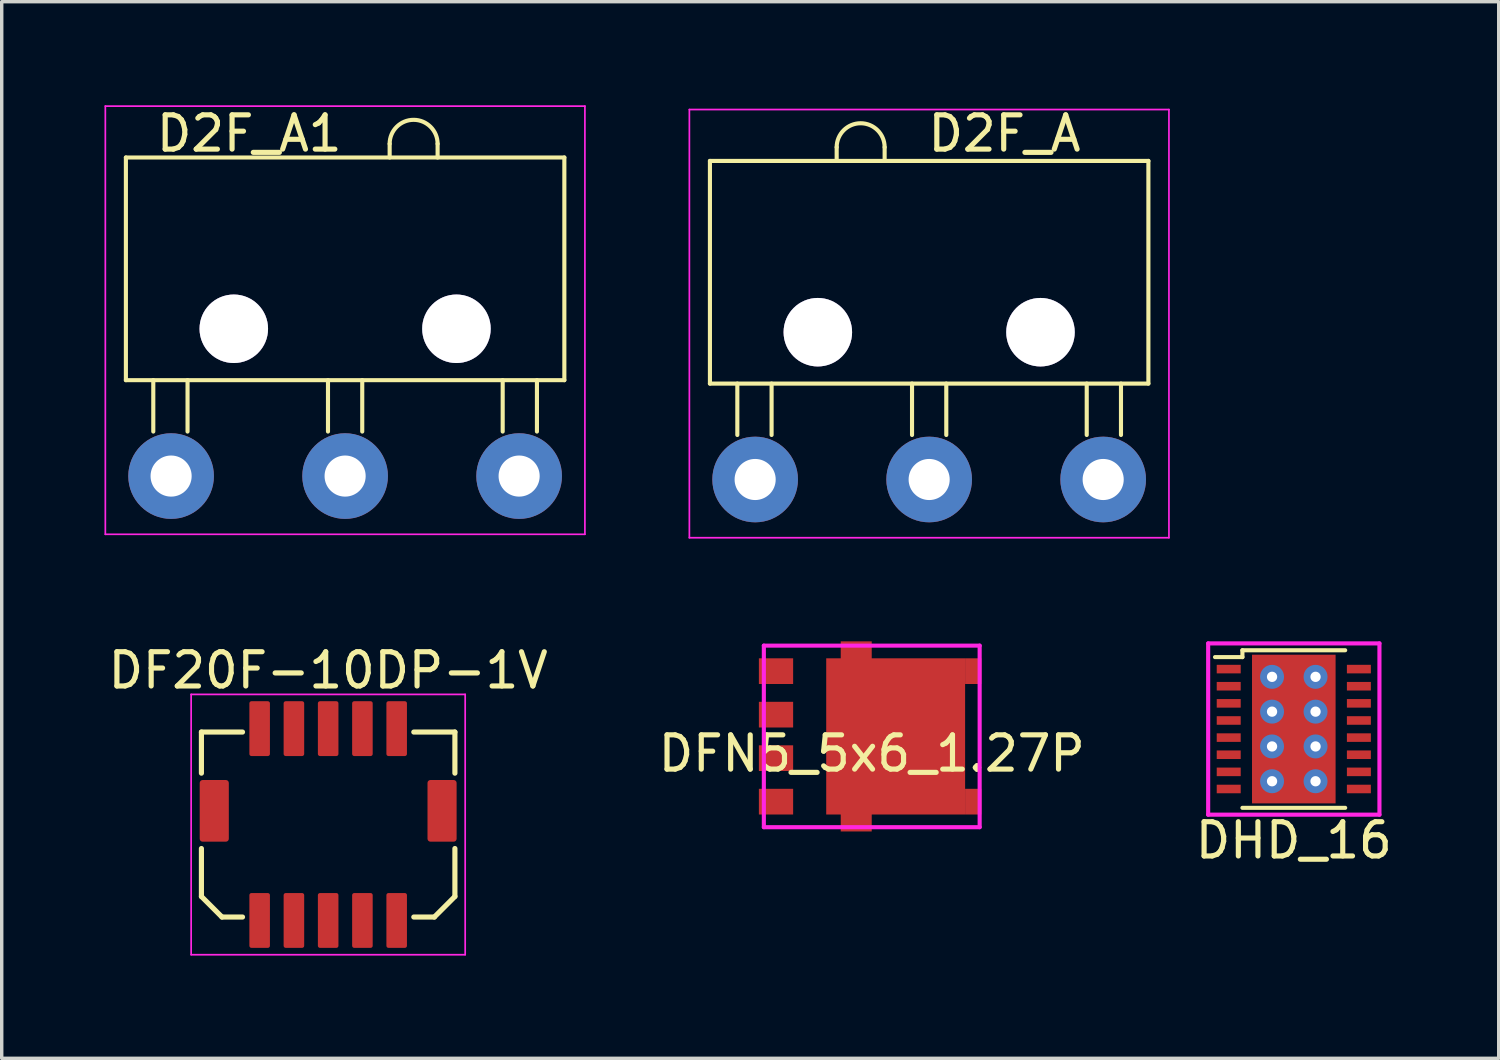
<source format=kicad_pcb>
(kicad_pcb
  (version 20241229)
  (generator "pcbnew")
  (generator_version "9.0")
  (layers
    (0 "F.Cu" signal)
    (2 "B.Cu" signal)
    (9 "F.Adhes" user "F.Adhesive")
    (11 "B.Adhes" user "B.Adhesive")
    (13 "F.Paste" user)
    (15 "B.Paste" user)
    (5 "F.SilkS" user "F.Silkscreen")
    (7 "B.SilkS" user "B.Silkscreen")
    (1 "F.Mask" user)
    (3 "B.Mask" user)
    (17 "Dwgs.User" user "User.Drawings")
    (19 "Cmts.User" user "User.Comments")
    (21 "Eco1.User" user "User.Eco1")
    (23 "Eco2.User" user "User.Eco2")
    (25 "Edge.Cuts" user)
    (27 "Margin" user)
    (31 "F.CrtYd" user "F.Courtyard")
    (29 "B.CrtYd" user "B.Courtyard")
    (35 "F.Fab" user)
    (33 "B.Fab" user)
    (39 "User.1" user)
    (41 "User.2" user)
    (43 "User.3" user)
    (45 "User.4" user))
  (footprint "DHD_16"
    (layer "F.Cu")
    (at 34.72 18.233)
    (property "Reference" "DHD_16" (at 0 3.25 180) (layer "F.SilkS") (effects (font (size 1 1) (thickness 0.15))))
    (attr through_hole)
    (fp_line (start -1.5 -2.3) (end -1.5 -2.1) (stroke (width 0.12) (type solid)) (layer "F.SilkS"))
    (fp_line (start -1.5 -2.3) (end 1.5 -2.3) (stroke (width 0.12) (type solid)) (layer "F.SilkS"))
    (fp_line (start -1.5 -2.1) (end -2.3 -2.1) (stroke (width 0.12) (type solid)) (layer "F.SilkS"))
    (fp_line (start 1.5 2.3) (end -1.5 2.3) (stroke (width 0.12) (type solid)) (layer "F.SilkS"))
    (fp_line (start -2.5 -2.5) (end -2.5 2.5) (stroke (width 0.12) (type solid)) (layer "F.CrtYd"))
    (fp_line (start -2.5 2.5) (end 2.5 2.5) (stroke (width 0.12) (type solid)) (layer "F.CrtYd"))
    (fp_line (start 2.5 -2.5) (end -2.5 -2.5) (stroke (width 0.12) (type solid)) (layer "F.CrtYd"))
    (fp_line (start 2.5 2.5) (end 2.5 -2.5) (stroke (width 0.12) (type solid)) (layer "F.CrtYd"))
    (pad "1" smd rect (at -1.9 -1.75) (size 0.7 0.25) (layers "F.Cu" "F.Mask" "F.Paste"))
    (pad "2" smd rect (at -1.9 -1.25) (size 0.7 0.25) (layers "F.Cu" "F.Mask" "F.Paste"))
    (pad "3" smd rect (at -1.9 -0.75) (size 0.7 0.25) (layers "F.Cu" "F.Mask" "F.Paste"))
    (pad "4" smd rect (at -1.9 -0.25) (size 0.7 0.25) (layers "F.Cu" "F.Mask" "F.Paste"))
    (pad "5" smd rect (at -1.9 0.25) (size 0.7 0.25) (layers "F.Cu" "F.Mask" "F.Paste"))
    (pad "6" smd rect (at -1.9 0.75) (size 0.7 0.25) (layers "F.Cu" "F.Mask" "F.Paste"))
    (pad "7" smd rect (at -1.9 1.25) (size 0.7 0.25) (layers "F.Cu" "F.Mask" "F.Paste"))
    (pad "8" smd rect (at -1.9 1.75) (size 0.7 0.25) (layers "F.Cu" "F.Mask" "F.Paste"))
    (pad "9" smd rect (at 1.9 1.75) (size 0.7 0.25) (layers "F.Cu" "F.Mask" "F.Paste"))
    (pad "10" smd rect (at 1.9 1.25) (size 0.7 0.25) (layers "F.Cu" "F.Mask" "F.Paste"))
    (pad "11" smd rect (at 1.9 0.75) (size 0.7 0.25) (layers "F.Cu" "F.Mask" "F.Paste"))
    (pad "12" smd rect (at 1.9 0.25) (size 0.7 0.25) (layers "F.Cu" "F.Mask" "F.Paste"))
    (pad "13" smd rect (at 1.9 -0.25) (size 0.7 0.25) (layers "F.Cu" "F.Mask" "F.Paste"))
    (pad "14" smd rect (at 1.9 -0.75) (size 0.7 0.25) (layers "F.Cu" "F.Mask" "F.Paste"))
    (pad "15" smd rect (at 1.9 -1.25) (size 0.7 0.25) (layers "F.Cu" "F.Mask" "F.Paste"))
    (pad "16" smd rect (at 1.9 -1.75) (size 0.7 0.25) (layers "F.Cu" "F.Mask" "F.Paste"))
    (pad "17" thru_hole circle (at -0.635 -1.524) (size 0.7 0.7) (drill 0.3) (layers "*.Cu" "*.Mask"))
    (pad "17" thru_hole circle (at -0.635 -0.508) (size 0.7 0.7) (drill 0.3) (layers "*.Cu" "*.Mask"))
    (pad "17" thru_hole circle (at -0.635 0.508) (size 0.7 0.7) (drill 0.3) (layers "*.Cu" "*.Mask"))
    (pad "17" thru_hole circle (at -0.635 1.524) (size 0.7 0.7) (drill 0.3) (layers "*.Cu" "*.Mask"))
    (pad "17" smd rect (at 0 0) (size 2.44 4.34) (layers "F.Cu" "F.Mask" "F.Paste"))
    (pad "17" thru_hole circle (at 0.635 -1.524) (size 0.7 0.7) (drill 0.3) (layers "*.Cu" "*.Mask"))
    (pad "17" thru_hole circle (at 0.635 -0.508) (size 0.7 0.7) (drill 0.3) (layers "*.Cu" "*.Mask"))
    (pad "17" thru_hole circle (at 0.635 0.508) (size 0.7 0.7) (drill 0.3) (layers "*.Cu" "*.Mask"))
    (pad "17" thru_hole circle (at 0.635 1.524) (size 0.7 0.7) (drill 0.3) (layers "*.Cu" "*.Mask")))
  (footprint "D2F_A1"
    (layer "F.Cu")
    (at 7.025 8.048)
    (property "Reference" "D2F_A1" (at -2.8 -7.2 0) (layer "F.SilkS") (effects (font (size 1 1) (thickness 0.15))))
    (attr through_hole)
    (fp_line (start -6.4 -6.5) (end 6.4 -6.5) (stroke (width 0.12) (type solid)) (layer "F.SilkS"))
    (fp_line (start -6.4 0) (end -6.4 -6.5) (stroke (width 0.12) (type solid)) (layer "F.SilkS"))
    (fp_line (start -5.6 0) (end -5.6 1.5) (stroke (width 0.12) (type solid)) (layer "F.SilkS"))
    (fp_line (start -4.6 0) (end -4.6 1.5) (stroke (width 0.12) (type solid)) (layer "F.SilkS"))
    (fp_line (start -0.5 0) (end -0.5 1.5) (stroke (width 0.12) (type solid)) (layer "F.SilkS"))
    (fp_line (start 0.5 0) (end 0.5 1.5) (stroke (width 0.12) (type solid)) (layer "F.SilkS"))
    (fp_line (start 1.3 -6.9) (end 1.3 -6.5) (stroke (width 0.12) (type solid)) (layer "F.SilkS"))
    (fp_line (start 2.7 -6.9) (end 2.7 -6.5) (stroke (width 0.12) (type solid)) (layer "F.SilkS"))
    (fp_line (start 4.6 0) (end 4.6 1.5) (stroke (width 0.12) (type solid)) (layer "F.SilkS"))
    (fp_line (start 5.6 0) (end 5.6 1.5) (stroke (width 0.12) (type solid)) (layer "F.SilkS"))
    (fp_line (start 6.4 -6.5) (end 6.4 0) (stroke (width 0.12) (type solid)) (layer "F.SilkS"))
    (fp_line (start 6.4 0) (end -6.4 0) (stroke (width 0.12) (type solid)) (layer "F.SilkS"))
    (fp_arc (start 1.3 -6.9) (mid 2 -7.6) (end 2.7 -6.9) (stroke (width 0.12) (type solid)) (layer "F.SilkS"))
    (fp_circle (center -3.25 -1.5) (end -2.45 -1.5) (stroke (width 0.12) (type solid)) (fill no) (layer "F.SilkS"))
    (fp_circle (center 3.25 -1.5) (end 4.05 -1.5) (stroke (width 0.12) (type solid)) (fill no) (layer "F.SilkS"))
    (fp_line (start -7 -8) (end 7 -8) (stroke (width 0.05) (type solid)) (layer "F.CrtYd"))
    (fp_line (start -7 4.5) (end -7 -8) (stroke (width 0.05) (type solid)) (layer "F.CrtYd"))
    (fp_line (start 7 -8) (end 7 4.5) (stroke (width 0.05) (type solid)) (layer "F.CrtYd"))
    (fp_line (start 7 4.5) (end -7 4.5) (stroke (width 0.05) (type solid)) (layer "F.CrtYd"))
    (pad "" thru_hole circle (at -3.25 -1.5) (size 2 2) (drill 2) (layers "*.Cu" "*.Mask"))
    (pad "" thru_hole circle (at 3.25 -1.5) (size 2 2) (drill 2) (layers "*.Cu" "*.Mask"))
    (pad "1" thru_hole circle (at -5.08 2.8) (size 2.5 2.5) (drill 1.2) (layers "*.Cu" "*.Mask"))
    (pad "2" thru_hole circle (at 5.08 2.8) (size 2.5 2.5) (drill 1.2) (layers "*.Cu" "*.Mask"))
    (pad "3" thru_hole circle (at 0 2.8) (size 2.5 2.5) (drill 1.2) (layers "*.Cu" "*.Mask")))
  (footprint "DFN5_5x6_1.27P"
    (layer "F.Cu")
    (at 22.399 18.448)
    (property "Reference" "DFN5_5x6_1.27P" (at 0 0.5 0) (layer "F.SilkS") (effects (font (size 1 1) (thickness 0.15))))
    (attr through_hole)
    (fp_line (start -3.15 -2.65) (end -3.15 2.65) (stroke (width 0.12) (type solid)) (layer "F.CrtYd"))
    (fp_line (start -3.15 2.65) (end 3.15 2.65) (stroke (width 0.12) (type solid)) (layer "F.CrtYd"))
    (fp_line (start 3.15 -2.65) (end -3.15 -2.65) (stroke (width 0.12) (type solid)) (layer "F.CrtYd"))
    (fp_line (start 3.15 2.65) (end 3.15 -2.65) (stroke (width 0.12) (type solid)) (layer "F.CrtYd"))
    (pad "1" smd rect (at -2.795 1.905) (size 1 0.75) (layers "F.Cu" "F.Mask" "F.Paste"))
    (pad "2" smd rect (at -0.453 0) (size 0.905 5.55) (layers "F.Cu" "F.Mask" "F.Paste"))
    (pad "2" smd rect (at 0.698 0) (size 4.055 4.56) (layers "F.Cu" "F.Mask" "F.Paste"))
    (pad "2" smd rect (at 2.962 -1.905) (size 0.475 0.75) (layers "F.Cu" "F.Mask" "F.Paste"))
    (pad "2" smd rect (at 2.962 1.905) (size 0.475 0.75) (layers "F.Cu" "F.Mask" "F.Paste"))
    (pad "3" smd rect (at -2.795 -1.905) (size 1 0.75) (layers "F.Cu" "F.Mask" "F.Paste"))
    (pad "3" smd rect (at -2.795 -0.635) (size 1 0.75) (layers "F.Cu" "F.Mask" "F.Paste"))
    (pad "3" smd rect (at -2.795 0.635) (size 1 0.75) (layers "F.Cu" "F.Mask" "F.Paste")))
  (footprint "DF20F-10DP-1V"
    (layer "F.Cu")
    (at 6.53 21.021)
    (property "Reference" "DF20F-10DP-1V" (at 0 -4.5 0) (layer "F.SilkS") (effects (font (size 1 1) (thickness 0.15))))
    (attr through_hole)
    (fp_line (start -3.7 -2.7) (end -3.7 -1.5) (stroke (width 0.15) (type solid)) (layer "F.SilkS"))
    (fp_line (start -3.7 -2.7) (end -2.5 -2.7) (stroke (width 0.15) (type solid)) (layer "F.SilkS"))
    (fp_line (start -3.7 2.1) (end -3.7 0.7) (stroke (width 0.15) (type solid)) (layer "F.SilkS"))
    (fp_line (start -3.1 2.7) (end -3.7 2.1) (stroke (width 0.15) (type solid)) (layer "F.SilkS"))
    (fp_line (start -3.1 2.7) (end -2.5 2.7) (stroke (width 0.15) (type solid)) (layer "F.SilkS"))
    (fp_line (start 3.1 2.7) (end 2.5 2.7) (stroke (width 0.15) (type solid)) (layer "F.SilkS"))
    (fp_line (start 3.1 2.7) (end 3.7 2.1) (stroke (width 0.15) (type solid)) (layer "F.SilkS"))
    (fp_line (start 3.7 -2.7) (end 2.5 -2.7) (stroke (width 0.15) (type solid)) (layer "F.SilkS"))
    (fp_line (start 3.7 -2.7) (end 3.7 -1.5) (stroke (width 0.15) (type solid)) (layer "F.SilkS"))
    (fp_line (start 3.7 2.1) (end 3.7 0.7) (stroke (width 0.15) (type solid)) (layer "F.SilkS"))
    (fp_line (start -4 -3.8) (end 4 -3.8) (stroke (width 0.05) (type solid)) (layer "F.CrtYd"))
    (fp_line (start -4 3.8) (end -4 -3.8) (stroke (width 0.05) (type solid)) (layer "F.CrtYd"))
    (fp_line (start 4 -3.8) (end 4 3.8) (stroke (width 0.05) (type solid)) (layer "F.CrtYd"))
    (fp_line (start 4 3.8) (end -4 3.8) (stroke (width 0.05) (type solid)) (layer "F.CrtYd"))
    (pad "1" smd roundrect (at -2 -2.8) (size 0.6 1.6) (layers "F.Cu" "F.Mask" "F.Paste") (roundrect_rratio 0.1))
    (pad "2" smd roundrect (at -2 2.8) (size 0.6 1.6) (layers "F.Cu" "F.Mask" "F.Paste") (roundrect_rratio 0.1))
    (pad "3" smd roundrect (at -1 -2.8) (size 0.6 1.6) (layers "F.Cu" "F.Mask" "F.Paste") (roundrect_rratio 0.1))
    (pad "4" smd roundrect (at -1 2.8) (size 0.6 1.6) (layers "F.Cu" "F.Mask" "F.Paste") (roundrect_rratio 0.1))
    (pad "5" smd roundrect (at 0 -2.8) (size 0.6 1.6) (layers "F.Cu" "F.Mask" "F.Paste") (roundrect_rratio 0.1))
    (pad "6" smd roundrect (at 0 2.8) (size 0.6 1.6) (layers "F.Cu" "F.Mask" "F.Paste") (roundrect_rratio 0.1))
    (pad "7" smd roundrect (at 1 -2.8) (size 0.6 1.6) (layers "F.Cu" "F.Mask" "F.Paste") (roundrect_rratio 0.1))
    (pad "8" smd roundrect (at 1 2.8) (size 0.6 1.6) (layers "F.Cu" "F.Mask" "F.Paste") (roundrect_rratio 0.1))
    (pad "9" smd roundrect (at 2 -2.8) (size 0.6 1.6) (layers "F.Cu" "F.Mask" "F.Paste") (roundrect_rratio 0.1))
    (pad "10" smd roundrect (at 2 2.8) (size 0.6 1.6) (layers "F.Cu" "F.Mask" "F.Paste") (roundrect_rratio 0.1))
    (pad "11" smd roundrect (at -3.325 -0.4) (size 0.85 1.8) (layers "F.Cu" "F.Mask" "F.Paste") (roundrect_rratio 0.1))
    (pad "11" smd roundrect (at 3.325 -0.4) (size 0.85 1.8) (layers "F.Cu" "F.Mask" "F.Paste") (roundrect_rratio 0.1)))
  (footprint "D2F_A"
    (layer "F.Cu")
    (at 24.075 8.148)
    (property "Reference" "D2F_A" (at 2.2 -7.3 180) (layer "F.SilkS") (effects (font (size 1 1) (thickness 0.15))))
    (attr through_hole)
    (fp_line (start -6.4 -6.5) (end 6.4 -6.5) (stroke (width 0.12) (type solid)) (layer "F.SilkS"))
    (fp_line (start -6.4 0) (end -6.4 -6.5) (stroke (width 0.12) (type solid)) (layer "F.SilkS"))
    (fp_line (start -5.6 0) (end -5.6 1.5) (stroke (width 0.12) (type solid)) (layer "F.SilkS"))
    (fp_line (start -4.6 0) (end -4.6 1.5) (stroke (width 0.12) (type solid)) (layer "F.SilkS"))
    (fp_line (start -2.7 -6.9) (end -2.7 -6.5) (stroke (width 0.12) (type solid)) (layer "F.SilkS"))
    (fp_line (start -1.3 -6.9) (end -1.3 -6.5) (stroke (width 0.12) (type solid)) (layer "F.SilkS"))
    (fp_line (start -0.5 0) (end -0.5 1.5) (stroke (width 0.12) (type solid)) (layer "F.SilkS"))
    (fp_line (start 0.5 0) (end 0.5 1.5) (stroke (width 0.12) (type solid)) (layer "F.SilkS"))
    (fp_line (start 4.6 0) (end 4.6 1.5) (stroke (width 0.12) (type solid)) (layer "F.SilkS"))
    (fp_line (start 5.6 0) (end 5.6 1.5) (stroke (width 0.12) (type solid)) (layer "F.SilkS"))
    (fp_line (start 6.4 -6.5) (end 6.4 0) (stroke (width 0.12) (type solid)) (layer "F.SilkS"))
    (fp_line (start 6.4 0) (end -6.4 0) (stroke (width 0.12) (type solid)) (layer "F.SilkS"))
    (fp_arc (start -2.7 -6.9) (mid -2 -7.6) (end -1.3 -6.9) (stroke (width 0.12) (type solid)) (layer "F.SilkS"))
    (fp_circle (center -3.25 -1.5) (end -2.45 -1.5) (stroke (width 0.12) (type solid)) (fill no) (layer "F.SilkS"))
    (fp_circle (center 3.25 -1.5) (end 4.05 -1.5) (stroke (width 0.12) (type solid)) (fill no) (layer "F.SilkS"))
    (fp_line (start -7 -8) (end 7 -8) (stroke (width 0.05) (type solid)) (layer "F.CrtYd"))
    (fp_line (start -7 4.5) (end -7 -8) (stroke (width 0.05) (type solid)) (layer "F.CrtYd"))
    (fp_line (start 7 -8) (end 7 4.5) (stroke (width 0.05) (type solid)) (layer "F.CrtYd"))
    (fp_line (start 7 4.5) (end -7 4.5) (stroke (width 0.05) (type solid)) (layer "F.CrtYd"))
    (pad "" thru_hole circle (at -3.25 -1.5) (size 2 2) (drill 2) (layers "*.Cu" "*.Mask"))
    (pad "" thru_hole circle (at 3.25 -1.5) (size 2 2) (drill 2) (layers "*.Cu" "*.Mask"))
    (pad "1" thru_hole circle (at 5.08 2.8) (size 2.5 2.5) (drill 1.2) (layers "*.Cu" "*.Mask"))
    (pad "2" thru_hole circle (at -5.08 2.8) (size 2.5 2.5) (drill 1.2) (layers "*.Cu" "*.Mask"))
    (pad "3" thru_hole circle (at 0 2.8) (size 2.5 2.5) (drill 1.2) (layers "*.Cu" "*.Mask")))
  (gr_rect
    (start -3 -3)
    (end 40.702 27.846)
    (stroke (width 0.1) (type default))
    (fill no)
    (layer "Edge.Cuts")))
</source>
